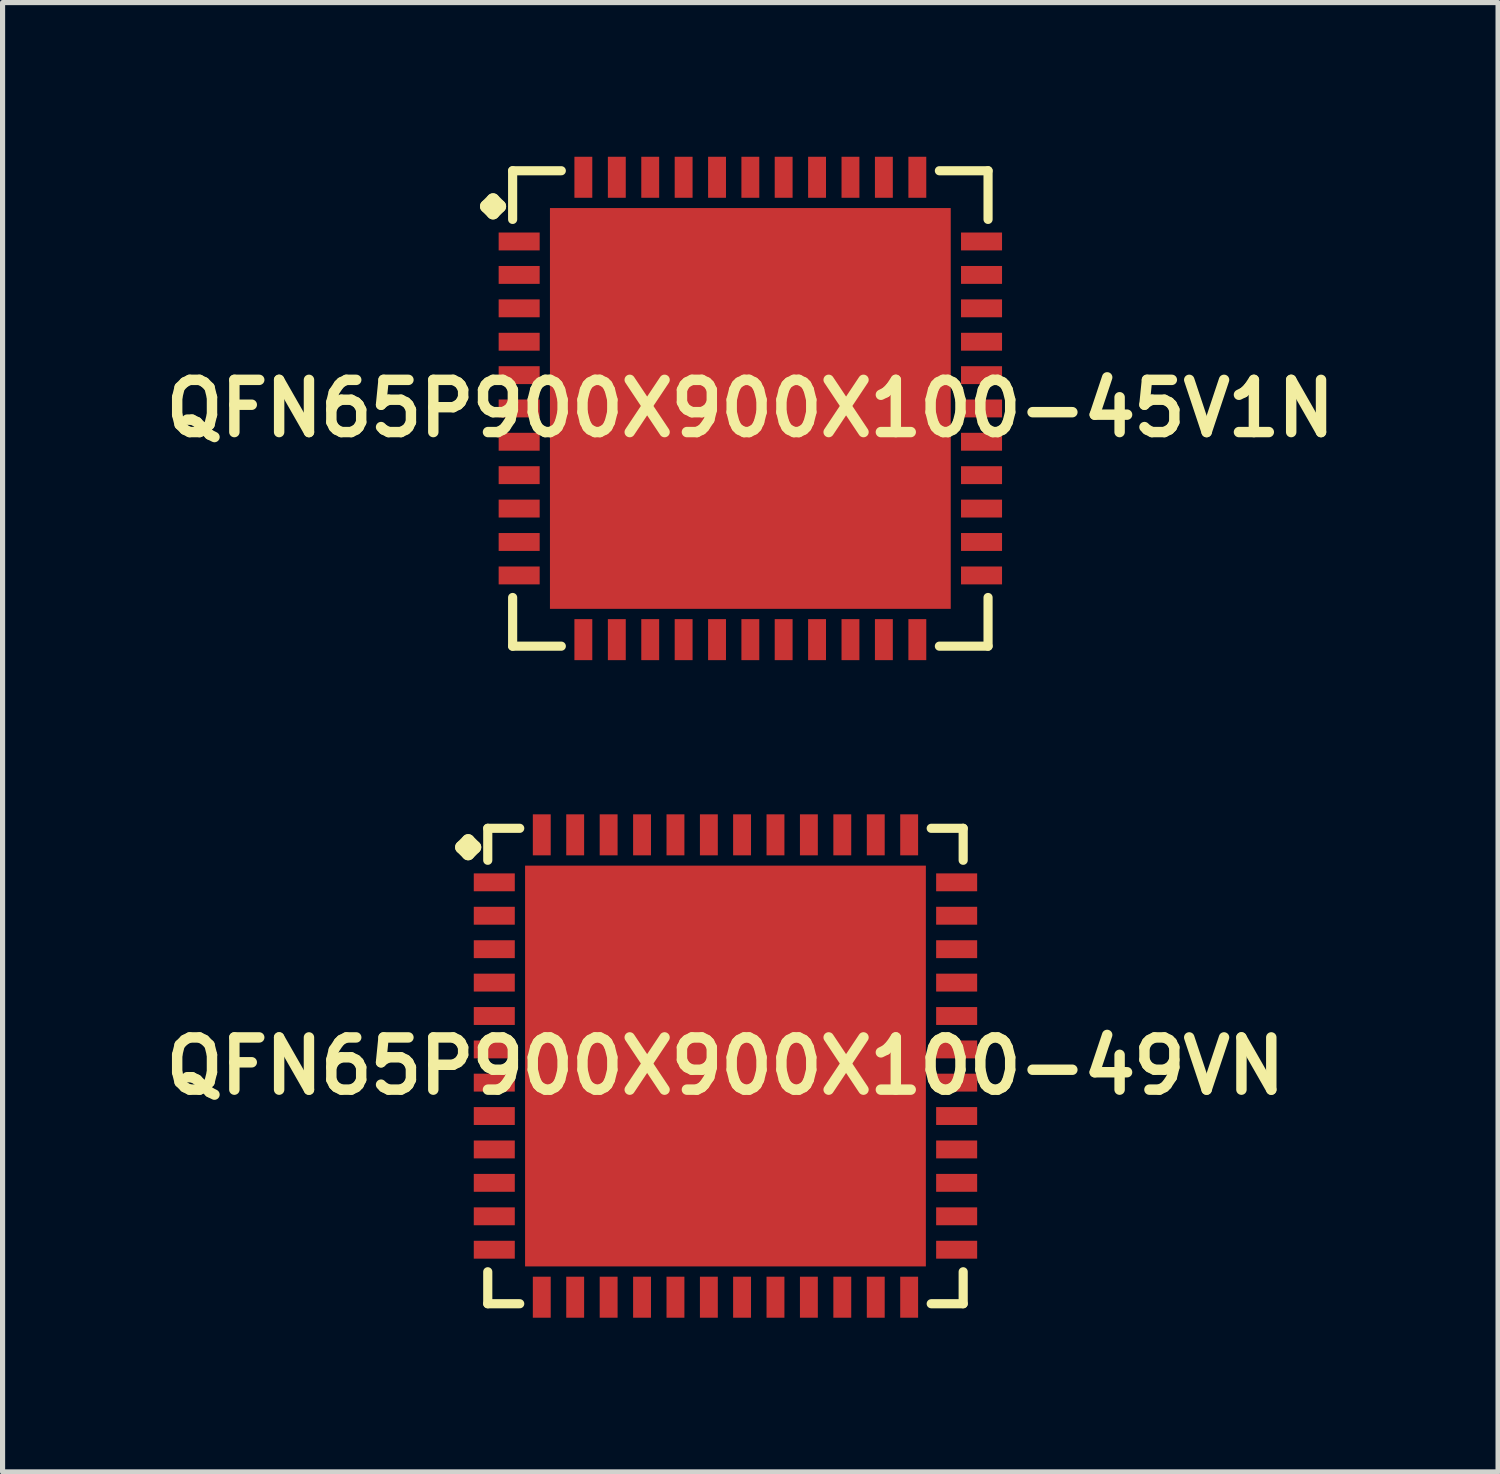
<source format=kicad_pcb>
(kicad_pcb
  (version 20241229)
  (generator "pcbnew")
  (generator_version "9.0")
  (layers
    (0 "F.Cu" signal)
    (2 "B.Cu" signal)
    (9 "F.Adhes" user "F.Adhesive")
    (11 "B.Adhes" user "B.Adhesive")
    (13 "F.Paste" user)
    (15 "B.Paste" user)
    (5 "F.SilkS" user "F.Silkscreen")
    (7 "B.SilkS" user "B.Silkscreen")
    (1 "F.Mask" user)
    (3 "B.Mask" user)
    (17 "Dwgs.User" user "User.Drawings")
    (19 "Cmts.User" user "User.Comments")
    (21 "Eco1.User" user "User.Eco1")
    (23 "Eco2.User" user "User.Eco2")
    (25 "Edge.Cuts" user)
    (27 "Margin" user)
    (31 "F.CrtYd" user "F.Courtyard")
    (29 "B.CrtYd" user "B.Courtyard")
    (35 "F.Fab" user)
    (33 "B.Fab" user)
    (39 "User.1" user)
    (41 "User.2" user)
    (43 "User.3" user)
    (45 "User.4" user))
  (footprint "QFN65P900X900X100-49VN"
    (layer "F.Cu")
    (at 11.065 17.691)
    (property "Reference" "QFN65P900X900X100-49VN" (at 0 0 0) (layer "F.SilkS") (effects (font (size 1.016 1.016) (thickness 0.203))))
    (attr smd)
    (fp_line (start -5.133 -4.257) (end -5.006 -4.384) (stroke (width 0.254) (type solid)) (layer "F.SilkS"))
    (fp_line (start -5.006 -4.384) (end -4.879 -4.257) (stroke (width 0.254) (type solid)) (layer "F.SilkS"))
    (fp_line (start -5.006 -4.13) (end -5.133 -4.257) (stroke (width 0.254) (type solid)) (layer "F.SilkS"))
    (fp_line (start -4.879 -4.257) (end -5.006 -4.13) (stroke (width 0.254) (type solid)) (layer "F.SilkS"))
    (fp_line (start -4.625 -4.625) (end -4.003 -4.625) (stroke (width 0.178) (type solid)) (layer "F.SilkS"))
    (fp_line (start -4.625 -4.003) (end -4.625 -4.625) (stroke (width 0.178) (type solid)) (layer "F.SilkS"))
    (fp_line (start -4.625 4.003) (end -4.625 4.625) (stroke (width 0.178) (type solid)) (layer "F.SilkS"))
    (fp_line (start -4.625 4.625) (end -4.003 4.625) (stroke (width 0.178) (type solid)) (layer "F.SilkS"))
    (fp_line (start 4.003 -4.625) (end 4.625 -4.625) (stroke (width 0.178) (type solid)) (layer "F.SilkS"))
    (fp_line (start 4.003 4.625) (end 4.625 4.625) (stroke (width 0.178) (type solid)) (layer "F.SilkS"))
    (fp_line (start 4.625 -4.625) (end 4.625 -4.003) (stroke (width 0.178) (type solid)) (layer "F.SilkS"))
    (fp_line (start 4.625 4.625) (end 4.625 4.003) (stroke (width 0.178) (type solid)) (layer "F.SilkS"))
    (pad "1" smd rect (at -4.498 -3.574) (size 0.798 0.348) (layers "F.Cu" "F.Mask" "F.Paste"))
    (pad "2" smd rect (at -4.498 -2.924) (size 0.798 0.348) (layers "F.Cu" "F.Mask" "F.Paste"))
    (pad "3" smd rect (at -4.498 -2.273) (size 0.798 0.348) (layers "F.Cu" "F.Mask" "F.Paste"))
    (pad "4" smd rect (at -4.498 -1.623) (size 0.798 0.348) (layers "F.Cu" "F.Mask" "F.Paste"))
    (pad "5" smd rect (at -4.498 -0.973) (size 0.798 0.348) (layers "F.Cu" "F.Mask" "F.Paste"))
    (pad "6" smd rect (at -4.498 -0.323) (size 0.798 0.348) (layers "F.Cu" "F.Mask" "F.Paste"))
    (pad "7" smd rect (at -4.498 0.323) (size 0.798 0.348) (layers "F.Cu" "F.Mask" "F.Paste"))
    (pad "8" smd rect (at -4.498 0.973) (size 0.798 0.348) (layers "F.Cu" "F.Mask" "F.Paste"))
    (pad "9" smd rect (at -4.498 1.623) (size 0.798 0.348) (layers "F.Cu" "F.Mask" "F.Paste"))
    (pad "10" smd rect (at -4.498 2.273) (size 0.798 0.348) (layers "F.Cu" "F.Mask" "F.Paste"))
    (pad "11" smd rect (at -4.498 2.924) (size 0.798 0.348) (layers "F.Cu" "F.Mask" "F.Paste"))
    (pad "12" smd rect (at -4.498 3.574) (size 0.798 0.348) (layers "F.Cu" "F.Mask" "F.Paste"))
    (pad "13" smd rect (at -3.574 4.498) (size 0.348 0.798) (layers "F.Cu" "F.Mask" "F.Paste"))
    (pad "14" smd rect (at -2.924 4.498) (size 0.348 0.798) (layers "F.Cu" "F.Mask" "F.Paste"))
    (pad "15" smd rect (at -2.273 4.498) (size 0.348 0.798) (layers "F.Cu" "F.Mask" "F.Paste"))
    (pad "16" smd rect (at -1.623 4.498) (size 0.348 0.798) (layers "F.Cu" "F.Mask" "F.Paste"))
    (pad "17" smd rect (at -0.973 4.498) (size 0.348 0.798) (layers "F.Cu" "F.Mask" "F.Paste"))
    (pad "18" smd rect (at -0.323 4.498) (size 0.348 0.798) (layers "F.Cu" "F.Mask" "F.Paste"))
    (pad "19" smd rect (at 0.323 4.498) (size 0.348 0.798) (layers "F.Cu" "F.Mask" "F.Paste"))
    (pad "20" smd rect (at 0.973 4.498) (size 0.348 0.798) (layers "F.Cu" "F.Mask" "F.Paste"))
    (pad "21" smd rect (at 1.623 4.498) (size 0.348 0.798) (layers "F.Cu" "F.Mask" "F.Paste"))
    (pad "22" smd rect (at 2.273 4.498) (size 0.348 0.798) (layers "F.Cu" "F.Mask" "F.Paste"))
    (pad "23" smd rect (at 2.924 4.498) (size 0.348 0.798) (layers "F.Cu" "F.Mask" "F.Paste"))
    (pad "24" smd rect (at 3.574 4.498) (size 0.348 0.798) (layers "F.Cu" "F.Mask" "F.Paste"))
    (pad "25" smd rect (at 4.498 3.574) (size 0.798 0.348) (layers "F.Cu" "F.Mask" "F.Paste"))
    (pad "26" smd rect (at 4.498 2.924) (size 0.798 0.348) (layers "F.Cu" "F.Mask" "F.Paste"))
    (pad "27" smd rect (at 4.498 2.273) (size 0.798 0.348) (layers "F.Cu" "F.Mask" "F.Paste"))
    (pad "28" smd rect (at 4.498 1.623) (size 0.798 0.348) (layers "F.Cu" "F.Mask" "F.Paste"))
    (pad "29" smd rect (at 4.498 0.973) (size 0.798 0.348) (layers "F.Cu" "F.Mask" "F.Paste"))
    (pad "30" smd rect (at 4.498 0.323) (size 0.798 0.348) (layers "F.Cu" "F.Mask" "F.Paste"))
    (pad "31" smd rect (at 4.498 -0.323) (size 0.798 0.348) (layers "F.Cu" "F.Mask" "F.Paste"))
    (pad "32" smd rect (at 4.498 -0.973) (size 0.798 0.348) (layers "F.Cu" "F.Mask" "F.Paste"))
    (pad "33" smd rect (at 4.498 -1.623) (size 0.798 0.348) (layers "F.Cu" "F.Mask" "F.Paste"))
    (pad "34" smd rect (at 4.498 -2.273) (size 0.798 0.348) (layers "F.Cu" "F.Mask" "F.Paste"))
    (pad "35" smd rect (at 4.498 -2.924) (size 0.798 0.348) (layers "F.Cu" "F.Mask" "F.Paste"))
    (pad "36" smd rect (at 4.498 -3.574) (size 0.798 0.348) (layers "F.Cu" "F.Mask" "F.Paste"))
    (pad "37" smd rect (at 3.574 -4.498) (size 0.348 0.798) (layers "F.Cu" "F.Mask" "F.Paste"))
    (pad "38" smd rect (at 2.924 -4.498) (size 0.348 0.798) (layers "F.Cu" "F.Mask" "F.Paste"))
    (pad "39" smd rect (at 2.273 -4.498) (size 0.348 0.798) (layers "F.Cu" "F.Mask" "F.Paste"))
    (pad "40" smd rect (at 1.623 -4.498) (size 0.348 0.798) (layers "F.Cu" "F.Mask" "F.Paste"))
    (pad "41" smd rect (at 0.973 -4.498) (size 0.348 0.798) (layers "F.Cu" "F.Mask" "F.Paste"))
    (pad "42" smd rect (at 0.323 -4.498) (size 0.348 0.798) (layers "F.Cu" "F.Mask" "F.Paste"))
    (pad "43" smd rect (at -0.323 -4.498) (size 0.348 0.798) (layers "F.Cu" "F.Mask" "F.Paste"))
    (pad "44" smd rect (at -0.973 -4.498) (size 0.348 0.798) (layers "F.Cu" "F.Mask" "F.Paste"))
    (pad "45" smd rect (at -1.623 -4.498) (size 0.348 0.798) (layers "F.Cu" "F.Mask" "F.Paste"))
    (pad "46" smd rect (at -2.273 -4.498) (size 0.348 0.798) (layers "F.Cu" "F.Mask" "F.Paste"))
    (pad "47" smd rect (at -2.924 -4.498) (size 0.348 0.798) (layers "F.Cu" "F.Mask" "F.Paste"))
    (pad "48" smd rect (at -3.574 -4.498) (size 0.348 0.798) (layers "F.Cu" "F.Mask" "F.Paste"))
    (pad "49" smd rect (at 0 0) (size 7.798 7.798) (layers "F.Cu" "F.Mask" "F.Paste")))
  (footprint "QFN65P900X900X100-45V1N"
    (layer "F.Cu")
    (at 11.549 4.897)
    (property "Reference" "QFN65P900X900X100-45V1N" (at 0 0 0) (layer "F.SilkS") (effects (font (size 1.016 1.016) (thickness 0.203))))
    (attr smd)
    (fp_line (start -5.133 -3.932) (end -5.006 -4.059) (stroke (width 0.254) (type solid)) (layer "F.SilkS"))
    (fp_line (start -5.006 -4.059) (end -4.879 -3.932) (stroke (width 0.254) (type solid)) (layer "F.SilkS"))
    (fp_line (start -5.006 -3.805) (end -5.133 -3.932) (stroke (width 0.254) (type solid)) (layer "F.SilkS"))
    (fp_line (start -4.879 -3.932) (end -5.006 -3.805) (stroke (width 0.254) (type solid)) (layer "F.SilkS"))
    (fp_line (start -4.625 -4.625) (end -3.678 -4.625) (stroke (width 0.178) (type solid)) (layer "F.SilkS"))
    (fp_line (start -4.625 -3.678) (end -4.625 -4.625) (stroke (width 0.178) (type solid)) (layer "F.SilkS"))
    (fp_line (start -4.625 3.678) (end -4.625 4.625) (stroke (width 0.178) (type solid)) (layer "F.SilkS"))
    (fp_line (start -4.625 4.625) (end -3.678 4.625) (stroke (width 0.178) (type solid)) (layer "F.SilkS"))
    (fp_line (start 3.678 -4.625) (end 4.625 -4.625) (stroke (width 0.178) (type solid)) (layer "F.SilkS"))
    (fp_line (start 3.678 4.625) (end 4.625 4.625) (stroke (width 0.178) (type solid)) (layer "F.SilkS"))
    (fp_line (start 4.625 -4.625) (end 4.625 -3.678) (stroke (width 0.178) (type solid)) (layer "F.SilkS"))
    (fp_line (start 4.625 4.625) (end 4.625 3.678) (stroke (width 0.178) (type solid)) (layer "F.SilkS"))
    (pad "1" smd rect (at -4.498 -3.249) (size 0.798 0.348) (layers "F.Cu" "F.Mask" "F.Paste"))
    (pad "2" smd rect (at -4.498 -2.598) (size 0.798 0.348) (layers "F.Cu" "F.Mask" "F.Paste"))
    (pad "3" smd rect (at -4.498 -1.948) (size 0.798 0.348) (layers "F.Cu" "F.Mask" "F.Paste"))
    (pad "4" smd rect (at -4.498 -1.298) (size 0.798 0.348) (layers "F.Cu" "F.Mask" "F.Paste"))
    (pad "5" smd rect (at -4.498 -0.648) (size 0.798 0.348) (layers "F.Cu" "F.Mask" "F.Paste"))
    (pad "6" smd rect (at -4.498 0) (size 0.798 0.348) (layers "F.Cu" "F.Mask" "F.Paste"))
    (pad "7" smd rect (at -4.498 0.648) (size 0.798 0.348) (layers "F.Cu" "F.Mask" "F.Paste"))
    (pad "8" smd rect (at -4.498 1.298) (size 0.798 0.348) (layers "F.Cu" "F.Mask" "F.Paste"))
    (pad "9" smd rect (at -4.498 1.948) (size 0.798 0.348) (layers "F.Cu" "F.Mask" "F.Paste"))
    (pad "10" smd rect (at -4.498 2.598) (size 0.798 0.348) (layers "F.Cu" "F.Mask" "F.Paste"))
    (pad "11" smd rect (at -4.498 3.249) (size 0.798 0.348) (layers "F.Cu" "F.Mask" "F.Paste"))
    (pad "12" smd rect (at -3.249 4.498) (size 0.348 0.798) (layers "F.Cu" "F.Mask" "F.Paste"))
    (pad "13" smd rect (at -2.598 4.498) (size 0.348 0.798) (layers "F.Cu" "F.Mask" "F.Paste"))
    (pad "14" smd rect (at -1.948 4.498) (size 0.348 0.798) (layers "F.Cu" "F.Mask" "F.Paste"))
    (pad "15" smd rect (at -1.298 4.498) (size 0.348 0.798) (layers "F.Cu" "F.Mask" "F.Paste"))
    (pad "16" smd rect (at -0.648 4.498) (size 0.348 0.798) (layers "F.Cu" "F.Mask" "F.Paste"))
    (pad "17" smd rect (at 0 4.498) (size 0.348 0.798) (layers "F.Cu" "F.Mask" "F.Paste"))
    (pad "18" smd rect (at 0.648 4.498) (size 0.348 0.798) (layers "F.Cu" "F.Mask" "F.Paste"))
    (pad "19" smd rect (at 1.298 4.498) (size 0.348 0.798) (layers "F.Cu" "F.Mask" "F.Paste"))
    (pad "20" smd rect (at 1.948 4.498) (size 0.348 0.798) (layers "F.Cu" "F.Mask" "F.Paste"))
    (pad "21" smd rect (at 2.598 4.498) (size 0.348 0.798) (layers "F.Cu" "F.Mask" "F.Paste"))
    (pad "22" smd rect (at 3.249 4.498) (size 0.348 0.798) (layers "F.Cu" "F.Mask" "F.Paste"))
    (pad "23" smd rect (at 4.498 3.249) (size 0.798 0.348) (layers "F.Cu" "F.Mask" "F.Paste"))
    (pad "24" smd rect (at 4.498 2.598) (size 0.798 0.348) (layers "F.Cu" "F.Mask" "F.Paste"))
    (pad "25" smd rect (at 4.498 1.948) (size 0.798 0.348) (layers "F.Cu" "F.Mask" "F.Paste"))
    (pad "26" smd rect (at 4.498 1.298) (size 0.798 0.348) (layers "F.Cu" "F.Mask" "F.Paste"))
    (pad "27" smd rect (at 4.498 0.648) (size 0.798 0.348) (layers "F.Cu" "F.Mask" "F.Paste"))
    (pad "28" smd rect (at 4.498 0) (size 0.798 0.348) (layers "F.Cu" "F.Mask" "F.Paste"))
    (pad "29" smd rect (at 4.498 -0.648) (size 0.798 0.348) (layers "F.Cu" "F.Mask" "F.Paste"))
    (pad "30" smd rect (at 4.498 -1.298) (size 0.798 0.348) (layers "F.Cu" "F.Mask" "F.Paste"))
    (pad "31" smd rect (at 4.498 -1.948) (size 0.798 0.348) (layers "F.Cu" "F.Mask" "F.Paste"))
    (pad "32" smd rect (at 4.498 -2.598) (size 0.798 0.348) (layers "F.Cu" "F.Mask" "F.Paste"))
    (pad "33" smd rect (at 4.498 -3.249) (size 0.798 0.348) (layers "F.Cu" "F.Mask" "F.Paste"))
    (pad "34" smd rect (at 3.249 -4.498) (size 0.348 0.798) (layers "F.Cu" "F.Mask" "F.Paste"))
    (pad "35" smd rect (at 2.598 -4.498) (size 0.348 0.798) (layers "F.Cu" "F.Mask" "F.Paste"))
    (pad "36" smd rect (at 1.948 -4.498) (size 0.348 0.798) (layers "F.Cu" "F.Mask" "F.Paste"))
    (pad "37" smd rect (at 1.298 -4.498) (size 0.348 0.798) (layers "F.Cu" "F.Mask" "F.Paste"))
    (pad "38" smd rect (at 0.648 -4.498) (size 0.348 0.798) (layers "F.Cu" "F.Mask" "F.Paste"))
    (pad "39" smd rect (at 0 -4.498) (size 0.348 0.798) (layers "F.Cu" "F.Mask" "F.Paste"))
    (pad "40" smd rect (at -0.648 -4.498) (size 0.348 0.798) (layers "F.Cu" "F.Mask" "F.Paste"))
    (pad "41" smd rect (at -1.298 -4.498) (size 0.348 0.798) (layers "F.Cu" "F.Mask" "F.Paste"))
    (pad "42" smd rect (at -1.948 -4.498) (size 0.348 0.798) (layers "F.Cu" "F.Mask" "F.Paste"))
    (pad "43" smd rect (at -2.598 -4.498) (size 0.348 0.798) (layers "F.Cu" "F.Mask" "F.Paste"))
    (pad "44" smd rect (at -3.249 -4.498) (size 0.348 0.798) (layers "F.Cu" "F.Mask" "F.Paste"))
    (pad "45" smd rect (at 0 0) (size 7.798 7.798) (layers "F.Cu" "F.Mask" "F.Paste")))
  (gr_rect
    (start -3 -3)
    (end 26.097 25.588)
    (stroke (width 0.1) (type default))
    (fill no)
    (layer "Edge.Cuts")))
</source>
